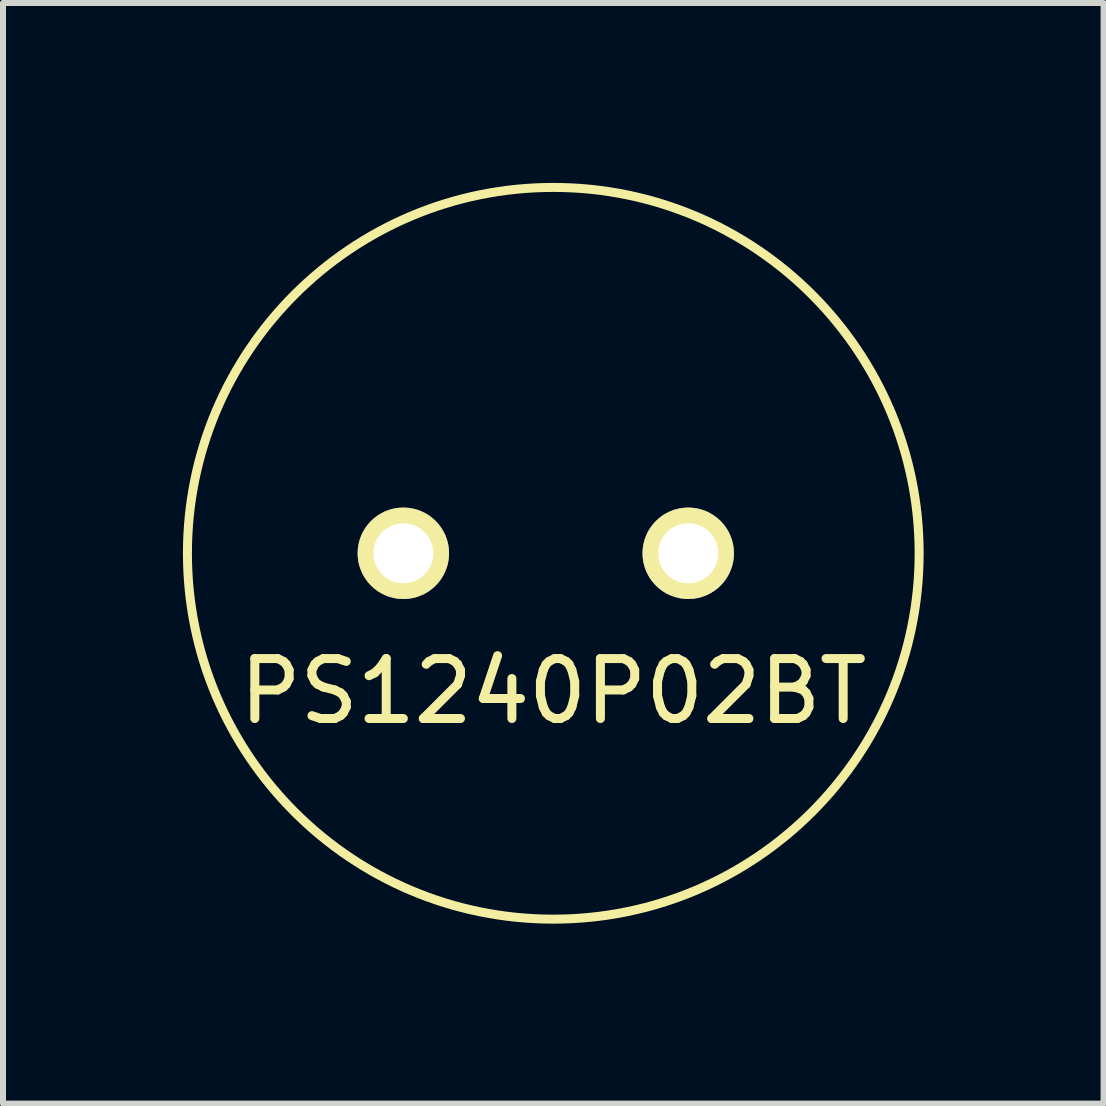
<source format=kicad_pcb>
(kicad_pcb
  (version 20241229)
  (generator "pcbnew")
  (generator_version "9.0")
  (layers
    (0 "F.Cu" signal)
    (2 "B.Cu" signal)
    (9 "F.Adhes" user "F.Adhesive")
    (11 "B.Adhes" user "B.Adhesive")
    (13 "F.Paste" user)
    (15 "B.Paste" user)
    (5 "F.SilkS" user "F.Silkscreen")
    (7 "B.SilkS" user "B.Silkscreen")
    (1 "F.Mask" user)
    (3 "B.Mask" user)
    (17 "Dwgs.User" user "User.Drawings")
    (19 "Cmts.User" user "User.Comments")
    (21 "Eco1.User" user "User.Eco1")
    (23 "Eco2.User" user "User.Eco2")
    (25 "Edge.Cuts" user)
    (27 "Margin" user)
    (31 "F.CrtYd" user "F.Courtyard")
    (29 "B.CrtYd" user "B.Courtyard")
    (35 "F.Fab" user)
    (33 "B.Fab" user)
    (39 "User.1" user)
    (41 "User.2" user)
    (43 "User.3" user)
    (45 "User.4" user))
  (footprint "PS1240P02BT"
    (layer "F.Cu")
    (at 6.175 6.175)
    (property "Reference" "PS1240P02BT" (at 0 2.3 0) (layer "F.SilkS") (effects (font (size 1 1) (thickness 0.15))))
    (attr through_hole)
    (fp_circle (center 0 0) (end -6.1 0) (stroke (width 0.15) (type solid)) (fill no) (layer "F.SilkS"))
    (pad "1" thru_hole circle (at -2.5 0) (size 1.524 1.524) (drill 1) (layers "*.Cu" "*.Mask" "F.SilkS"))
    (pad "2" thru_hole circle (at 2.25 0) (size 1.524 1.524) (drill 1) (layers "*.Cu" "*.Mask" "F.SilkS")))
  (gr_rect
    (start -3 -3)
    (end 15.35 15.35)
    (stroke (width 0.1) (type default))
    (fill no)
    (layer "Edge.Cuts")))
</source>
